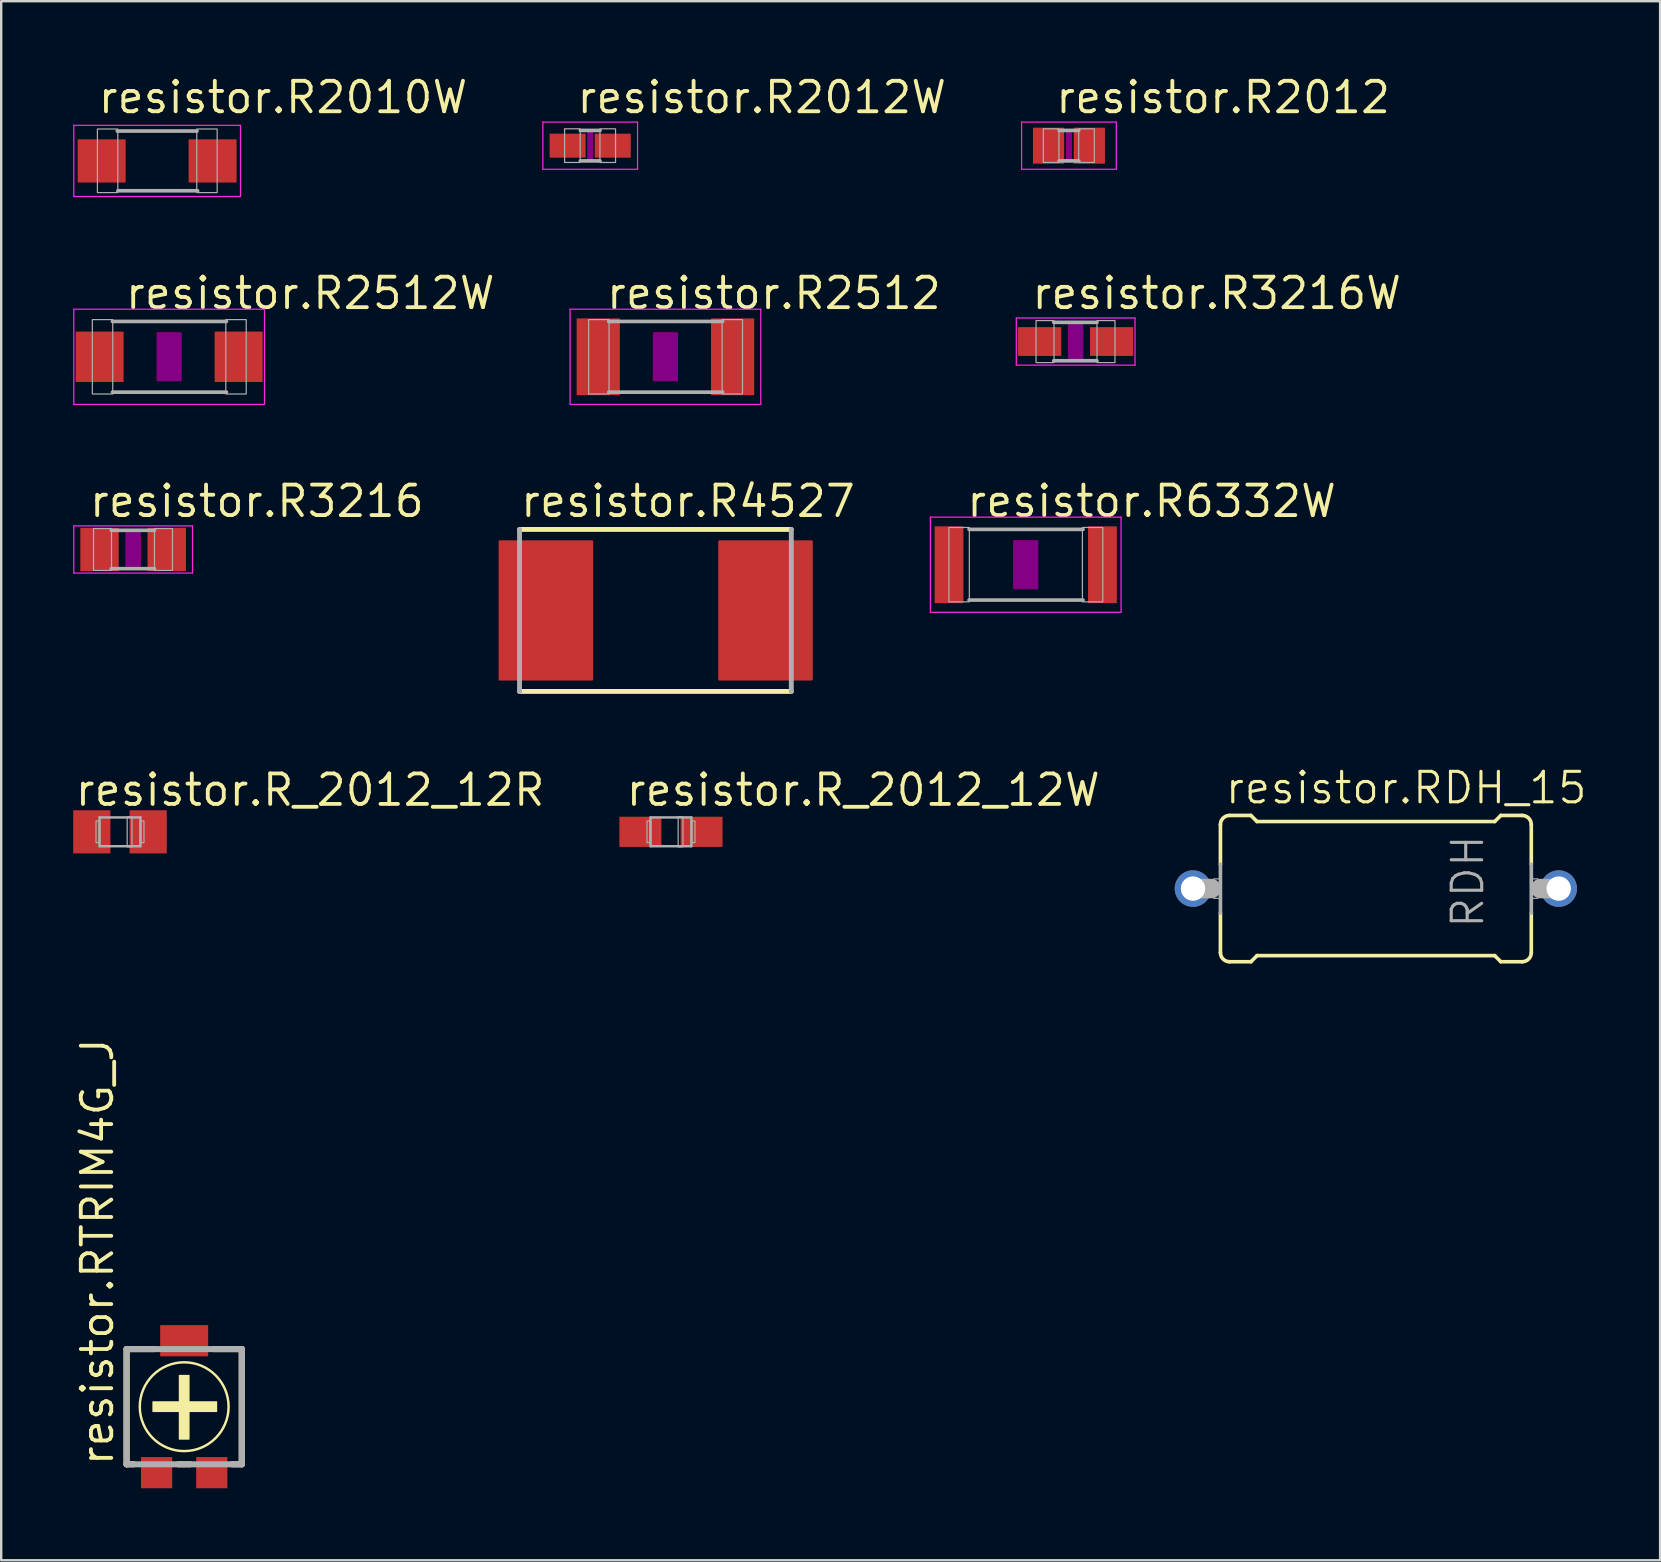
<source format=kicad_pcb>
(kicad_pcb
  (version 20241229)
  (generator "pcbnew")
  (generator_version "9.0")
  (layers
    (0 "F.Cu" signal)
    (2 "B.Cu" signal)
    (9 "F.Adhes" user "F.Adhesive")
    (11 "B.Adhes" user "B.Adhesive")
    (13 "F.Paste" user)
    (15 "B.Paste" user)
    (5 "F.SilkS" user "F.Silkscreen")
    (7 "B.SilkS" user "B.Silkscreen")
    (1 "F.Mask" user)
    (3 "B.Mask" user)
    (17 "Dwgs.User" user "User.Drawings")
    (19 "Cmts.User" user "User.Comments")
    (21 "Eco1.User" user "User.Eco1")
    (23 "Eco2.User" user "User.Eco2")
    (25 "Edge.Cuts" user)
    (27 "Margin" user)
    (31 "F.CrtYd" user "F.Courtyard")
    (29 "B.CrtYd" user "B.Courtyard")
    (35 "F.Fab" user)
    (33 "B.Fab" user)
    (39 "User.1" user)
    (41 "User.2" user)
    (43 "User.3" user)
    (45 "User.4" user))
  (footprint "resistor.RTRIM4G_J"
    (layer "F.Cu")
    (at 4.625 55.568)
    (property "Reference" "resistor.RTRIM4G_J" (at -2.875 2.54 90) (layer "F.SilkS") (effects (font (size 1.27 1.27) (thickness 0.16)) (justify left bottom)))
    (attr smd)
    (fp_line (start -2.4 -2.4) (end -1.25 -2.4) (stroke (width 0.254) (type default)) (layer "F.SilkS"))
    (fp_line (start -2.4 2.4) (end -2.4 -2.4) (stroke (width 0.254) (type default)) (layer "F.SilkS"))
    (fp_line (start -2.1 2.4) (end -2.4 2.4) (stroke (width 0.254) (type default)) (layer "F.SilkS"))
    (fp_line (start -0.25 2.4) (end 0.25 2.4) (stroke (width 0.254) (type default)) (layer "F.SilkS"))
    (fp_line (start 2 2.4) (end 2.4 2.4) (stroke (width 0.254) (type default)) (layer "F.SilkS"))
    (fp_line (start 2.4 -2.4) (end 1.25 -2.4) (stroke (width 0.254) (type default)) (layer "F.SilkS"))
    (fp_line (start 2.4 2.4) (end 2.4 -2.4) (stroke (width 0.254) (type default)) (layer "F.SilkS"))
    (fp_rect (start -1.3 0.2) (end 1.35 -0.2) (stroke (width 0.05) (type default)) (fill yes) (layer "F.SilkS"))
    (fp_rect (start -0.2 1.35) (end 0.2 -1.3) (stroke (width 0.05) (type default)) (fill yes) (layer "F.SilkS"))
    (fp_circle (center 0 0) (end 1.85 0) (stroke (width 0.102) (type default)) (fill no) (layer "F.SilkS"))
    (fp_line (start -2.4 -2.4) (end -2.4 2.4) (stroke (width 0.254) (type default)) (layer "F.Fab"))
    (fp_line (start -2.4 2.4) (end 2.4 2.4) (stroke (width 0.254) (type default)) (layer "F.Fab"))
    (fp_line (start 2.4 -2.4) (end -2.4 -2.4) (stroke (width 0.254) (type default)) (layer "F.Fab"))
    (fp_line (start 2.4 2.4) (end 2.4 -2.4) (stroke (width 0.254) (type default)) (layer "F.Fab"))
    (pad "1" smd roundrect (at -1.15 2.75) (size 1.3 1.3) (layers "F.Cu" "F.Mask" "F.Paste") (roundrect_rratio 0.01))
    (pad "2" smd roundrect (at 0 -2.75) (size 2 1.3) (layers "F.Cu" "F.Mask" "F.Paste") (roundrect_rratio 0.01))
    (pad "3" smd roundrect (at 1.15 2.75) (size 1.3 1.3) (layers "F.Cu" "F.Mask" "F.Paste") (roundrect_rratio 0.01)))
  (footprint "resistor.R3216"
    (layer "F.Cu")
    (at 2.498 19.847)
    (property "Reference" "resistor.R3216" (at -1.905 -1.27 0) (layer "F.SilkS") (effects (font (size 1.27 1.27) (thickness 0.16)) (justify left bottom)))
    (attr smd)
    (fp_rect (start -0.3 0.7) (end 0.3 -0.7) (stroke (width 0.05) (type default)) (fill yes) (layer "F.Adhes"))
    (fp_line (start -2.473 -0.983) (end 2.473 -0.983) (stroke (width 0.051) (type default)) (layer "F.CrtYd"))
    (fp_line (start -2.473 0.983) (end -2.473 -0.983) (stroke (width 0.051) (type default)) (layer "F.CrtYd"))
    (fp_line (start 2.473 -0.983) (end 2.473 0.983) (stroke (width 0.051) (type default)) (layer "F.CrtYd"))
    (fp_line (start 2.473 0.983) (end -2.473 0.983) (stroke (width 0.051) (type default)) (layer "F.CrtYd"))
    (fp_line (start -0.913 -0.8) (end 0.888 -0.8) (stroke (width 0.152) (type default)) (layer "F.Fab"))
    (fp_line (start -0.913 0.8) (end 0.888 0.8) (stroke (width 0.152) (type default)) (layer "F.Fab"))
    (fp_rect (start -1.651 0.876) (end -0.901 -0.874) (stroke (width 0.05) (type default)) (fill no) (layer "F.Fab"))
    (fp_rect (start 0.889 0.876) (end 1.639 -0.874) (stroke (width 0.05) (type default)) (fill no) (layer "F.Fab"))
    (pad "1" smd roundrect (at -1.4 0) (size 1.6 1.8) (layers "F.Cu" "F.Mask" "F.Paste") (roundrect_rratio 0.01))
    (pad "2" smd roundrect (at 1.4 0) (size 1.6 1.8) (layers "F.Cu" "F.Mask" "F.Paste") (roundrect_rratio 0.01)))
  (footprint "resistor.R6332W"
    (layer "F.Cu")
    (at 39.693 20.482)
    (property "Reference" "resistor.R6332W" (at -2.54 -1.905 0) (layer "F.SilkS") (effects (font (size 1.27 1.27) (thickness 0.16)) (justify left bottom)))
    (attr smd)
    (fp_rect (start -0.5 1) (end 0.5 -1) (stroke (width 0.05) (type default)) (fill yes) (layer "F.Adhes"))
    (fp_line (start -3.973 -1.983) (end 3.973 -1.983) (stroke (width 0.051) (type default)) (layer "F.CrtYd"))
    (fp_line (start -3.973 1.983) (end -3.973 -1.983) (stroke (width 0.051) (type default)) (layer "F.CrtYd"))
    (fp_line (start 3.973 -1.983) (end 3.973 1.983) (stroke (width 0.051) (type default)) (layer "F.CrtYd"))
    (fp_line (start 3.973 1.983) (end -3.973 1.983) (stroke (width 0.051) (type default)) (layer "F.CrtYd"))
    (fp_line (start -2.362 -1.473) (end 2.387 -1.473) (stroke (width 0.152) (type default)) (layer "F.Fab"))
    (fp_line (start -2.362 1.473) (end 2.387 1.473) (stroke (width 0.152) (type default)) (layer "F.Fab"))
    (fp_rect (start -3.2 1.549) (end -2.35 -1.551) (stroke (width 0.05) (type default)) (fill no) (layer "F.Fab"))
    (fp_rect (start 2.362 1.549) (end 3.212 -1.551) (stroke (width 0.05) (type default)) (fill no) (layer "F.Fab"))
    (pad "1" smd roundrect (at -3.196 0) (size 1.2 3.2) (layers "F.Cu" "F.Mask" "F.Paste") (roundrect_rratio 0.01))
    (pad "2" smd roundrect (at 3.196 0) (size 1.2 3.2) (layers "F.Cu" "F.Mask" "F.Paste") (roundrect_rratio 0.01)))
  (footprint "resistor.R3216W"
    (layer "F.Cu")
    (at 41.773 11.183)
    (property "Reference" "resistor.R3216W" (at -1.905 -1.27 0) (layer "F.SilkS") (effects (font (size 1.27 1.27) (thickness 0.16)) (justify left bottom)))
    (attr smd)
    (fp_rect (start -0.3 0.7) (end 0.3 -0.7) (stroke (width 0.05) (type default)) (fill yes) (layer "F.Adhes"))
    (fp_line (start -2.473 -0.983) (end 2.473 -0.983) (stroke (width 0.051) (type default)) (layer "F.CrtYd"))
    (fp_line (start -2.473 0.983) (end -2.473 -0.983) (stroke (width 0.051) (type default)) (layer "F.CrtYd"))
    (fp_line (start 2.473 -0.983) (end 2.473 0.983) (stroke (width 0.051) (type default)) (layer "F.CrtYd"))
    (fp_line (start 2.473 0.983) (end -2.473 0.983) (stroke (width 0.051) (type default)) (layer "F.CrtYd"))
    (fp_line (start -0.913 -0.8) (end 0.888 -0.8) (stroke (width 0.152) (type default)) (layer "F.Fab"))
    (fp_line (start -0.913 0.8) (end 0.888 0.8) (stroke (width 0.152) (type default)) (layer "F.Fab"))
    (fp_rect (start -1.651 0.876) (end -0.901 -0.874) (stroke (width 0.05) (type default)) (fill no) (layer "F.Fab"))
    (fp_rect (start 0.889 0.876) (end 1.639 -0.874) (stroke (width 0.05) (type default)) (fill no) (layer "F.Fab"))
    (pad "1" smd roundrect (at -1.499 0) (size 1.8 1.2) (layers "F.Cu" "F.Mask" "F.Paste") (roundrect_rratio 0.01))
    (pad "2" smd roundrect (at 1.499 0) (size 1.8 1.2) (layers "F.Cu" "F.Mask" "F.Paste") (roundrect_rratio 0.01)))
  (footprint "resistor.R2012"
    (layer "F.Cu")
    (at 41.494 3.02)
    (property "Reference" "resistor.R2012" (at -0.635 -1.27 0) (layer "F.SilkS") (effects (font (size 1.27 1.27) (thickness 0.16)) (justify left bottom)))
    (attr smd)
    (fp_rect (start -0.1 0.6) (end 0.1 -0.6) (stroke (width 0.05) (type default)) (fill yes) (layer "F.Adhes"))
    (fp_line (start -1.973 -0.983) (end 1.973 -0.983) (stroke (width 0.051) (type default)) (layer "F.CrtYd"))
    (fp_line (start -1.973 0.983) (end -1.973 -0.983) (stroke (width 0.051) (type default)) (layer "F.CrtYd"))
    (fp_line (start 1.973 -0.983) (end 1.973 0.983) (stroke (width 0.051) (type default)) (layer "F.CrtYd"))
    (fp_line (start 1.973 0.983) (end -1.973 0.983) (stroke (width 0.051) (type default)) (layer "F.CrtYd"))
    (fp_line (start -0.41 -0.635) (end 0.41 -0.635) (stroke (width 0.152) (type default)) (layer "F.Fab"))
    (fp_line (start -0.41 0.635) (end 0.41 0.635) (stroke (width 0.152) (type default)) (layer "F.Fab"))
    (fp_rect (start -1.067 0.699) (end -0.417 -0.702) (stroke (width 0.05) (type default)) (fill no) (layer "F.Fab"))
    (fp_rect (start 0.406 0.699) (end 1.056 -0.702) (stroke (width 0.05) (type default)) (fill no) (layer "F.Fab"))
    (pad "1" smd roundrect (at -0.85 0) (size 1.3 1.5) (layers "F.Cu" "F.Mask" "F.Paste") (roundrect_rratio 0.01))
    (pad "2" smd roundrect (at 0.85 0) (size 1.3 1.5) (layers "F.Cu" "F.Mask" "F.Paste") (roundrect_rratio 0.01)))
  (footprint "resistor.RDH_15"
    (layer "F.Cu")
    (at 54.283 33.978)
    (property "Reference" "resistor.RDH_15" (at -6.35 -3.454 0) (layer "F.SilkS") (effects (font (size 1.27 1.27) (thickness 0.13)) (justify left bottom)))
    (attr through_hole)
    (fp_line (start -6.477 -1.016) (end -6.477 -2.667) (stroke (width 0.152) (type default)) (layer "F.SilkS"))
    (fp_line (start -6.477 2.667) (end -6.477 1.016) (stroke (width 0.152) (type default)) (layer "F.SilkS"))
    (fp_line (start -6.096 -3.048) (end -5.207 -3.048) (stroke (width 0.152) (type default)) (layer "F.SilkS"))
    (fp_line (start -6.096 3.048) (end -5.207 3.048) (stroke (width 0.152) (type default)) (layer "F.SilkS"))
    (fp_line (start -4.953 -2.794) (end -5.207 -3.048) (stroke (width 0.152) (type default)) (layer "F.SilkS"))
    (fp_line (start -4.953 2.794) (end -5.207 3.048) (stroke (width 0.152) (type default)) (layer "F.SilkS"))
    (fp_line (start 4.953 -2.794) (end -4.953 -2.794) (stroke (width 0.152) (type default)) (layer "F.SilkS"))
    (fp_line (start 4.953 -2.794) (end 5.207 -3.048) (stroke (width 0.152) (type default)) (layer "F.SilkS"))
    (fp_line (start 4.953 2.794) (end -4.953 2.794) (stroke (width 0.152) (type default)) (layer "F.SilkS"))
    (fp_line (start 4.953 2.794) (end 5.207 3.048) (stroke (width 0.152) (type default)) (layer "F.SilkS"))
    (fp_line (start 6.096 -3.048) (end 5.207 -3.048) (stroke (width 0.152) (type default)) (layer "F.SilkS"))
    (fp_line (start 6.096 3.048) (end 5.207 3.048) (stroke (width 0.152) (type default)) (layer "F.SilkS"))
    (fp_line (start 6.477 -1.016) (end 6.477 -2.667) (stroke (width 0.152) (type default)) (layer "F.SilkS"))
    (fp_line (start 6.477 2.667) (end 6.477 1.016) (stroke (width 0.152) (type default)) (layer "F.SilkS"))
    (fp_arc (start -6.477 -2.667) (mid -6.365408 -2.936408) (end -6.096 -3.048) (stroke (width 0.1524) (type default)) (layer "F.SilkS"))
    (fp_arc (start -6.096 3.048) (mid -6.365408 2.936408) (end -6.477 2.667) (stroke (width 0.1524) (type default)) (layer "F.SilkS"))
    (fp_arc (start 6.096 -3.048) (mid 6.365408 -2.936408) (end 6.477 -2.667) (stroke (width 0.1524) (type default)) (layer "F.SilkS"))
    (fp_arc (start 6.477 2.667) (mid 6.365408 2.936408) (end 6.096 3.048) (stroke (width 0.1524) (type default)) (layer "F.SilkS"))
    (fp_line (start -7.62 0) (end -6.858 0) (stroke (width 0.813) (type default)) (layer "F.Fab"))
    (fp_line (start -6.477 -1.016) (end -6.477 1.016) (stroke (width 0.152) (type default)) (layer "F.Fab"))
    (fp_line (start 6.477 -1.016) (end 6.477 1.016) (stroke (width 0.152) (type default)) (layer "F.Fab"))
    (fp_line (start 6.858 0) (end 7.62 0) (stroke (width 0.813) (type default)) (layer "F.Fab"))
    (fp_rect (start -6.756 0.406) (end -6.452 -0.406) (stroke (width 0.05) (type default)) (fill no) (layer "F.Fab"))
    (fp_rect (start 6.452 0.406) (end 6.756 -0.406) (stroke (width 0.05) (type default)) (fill no) (layer "F.Fab"))
    (fp_text user "RDH" (at 4.572 1.727 90) (layer "F.Fab") (effects (font (size 1.27 1.27) (thickness 0.13)) (justify left bottom)))
    (pad "1" thru_hole circle (at -7.62 0) (size 1.524 1.524) (drill 1.016) (layers "*.Cu" "*.Mask"))
    (pad "2" thru_hole circle (at 7.62 0) (size 1.524 1.524) (drill 1.016) (layers "*.Cu" "*.Mask")))
  (footprint "resistor.R_2012_12W"
    (layer "F.Cu")
    (at 24.91 31.613)
    (property "Reference" "resistor.R_2012_12W" (at -1.95 -1 0) (layer "F.SilkS") (effects (font (size 1.27 1.27) (thickness 0.16)) (justify left bottom)))
    (attr smd)
    (fp_line (start -0.85 -0.6) (end 0.85 -0.6) (stroke (width 0.102) (type default)) (layer "F.Fab"))
    (fp_line (start -0.85 0.6) (end -0.85 -0.6) (stroke (width 0.102) (type default)) (layer "F.Fab"))
    (fp_line (start 0.85 -0.6) (end 0.85 0.6) (stroke (width 0.102) (type default)) (layer "F.Fab"))
    (fp_line (start 0.85 0.6) (end -0.85 0.6) (stroke (width 0.102) (type default)) (layer "F.Fab"))
    (fp_rect (start -1 0.45) (end -0.875 -0.45) (stroke (width 0.05) (type default)) (fill no) (layer "F.Fab"))
    (fp_rect (start 0.3 0.625) (end 0.5 -0.625) (stroke (width 0.05) (type default)) (fill no) (layer "F.Fab"))
    (fp_rect (start 0.875 0.45) (end 1 -0.45) (stroke (width 0.05) (type default)) (fill no) (layer "F.Fab"))
    (pad "+" smd roundrect (at 1.275 0) (size 1.75 1.26) (layers "F.Cu" "F.Mask" "F.Paste") (roundrect_rratio 0.01))
    (pad "-" smd roundrect (at -1.275 0) (size 1.75 1.26) (layers "F.Cu" "F.Mask" "F.Paste") (roundrect_rratio 0.01)))
  (footprint "resistor.R2512"
    (layer "F.Cu")
    (at 24.679 11.818)
    (property "Reference" "resistor.R2512" (at -2.54 -1.905 0) (layer "F.SilkS") (effects (font (size 1.27 1.27) (thickness 0.16)) (justify left bottom)))
    (attr smd)
    (fp_rect (start -0.5 1) (end 0.5 -1) (stroke (width 0.05) (type default)) (fill yes) (layer "F.Adhes"))
    (fp_line (start -3.973 -1.983) (end 3.973 -1.983) (stroke (width 0.051) (type default)) (layer "F.CrtYd"))
    (fp_line (start -3.973 1.983) (end -3.973 -1.983) (stroke (width 0.051) (type default)) (layer "F.CrtYd"))
    (fp_line (start 3.973 -1.983) (end 3.973 1.983) (stroke (width 0.051) (type default)) (layer "F.CrtYd"))
    (fp_line (start 3.973 1.983) (end -3.973 1.983) (stroke (width 0.051) (type default)) (layer "F.CrtYd"))
    (fp_line (start -2.362 -1.473) (end 2.387 -1.473) (stroke (width 0.152) (type default)) (layer "F.Fab"))
    (fp_line (start -2.362 1.473) (end 2.387 1.473) (stroke (width 0.152) (type default)) (layer "F.Fab"))
    (fp_rect (start -3.2 1.549) (end -2.35 -1.551) (stroke (width 0.05) (type default)) (fill no) (layer "F.Fab"))
    (fp_rect (start 2.362 1.549) (end 3.212 -1.551) (stroke (width 0.05) (type default)) (fill no) (layer "F.Fab"))
    (pad "1" smd roundrect (at -2.8 0) (size 1.8 3.2) (layers "F.Cu" "F.Mask" "F.Paste") (roundrect_rratio 0.01))
    (pad "2" smd roundrect (at 2.8 0) (size 1.8 3.2) (layers "F.Cu" "F.Mask" "F.Paste") (roundrect_rratio 0.01)))
  (footprint "resistor.R2012W"
    (layer "F.Cu")
    (at 21.544 3.02)
    (property "Reference" "resistor.R2012W" (at -0.635 -1.27 0) (layer "F.SilkS") (effects (font (size 1.27 1.27) (thickness 0.16)) (justify left bottom)))
    (attr smd)
    (fp_rect (start -0.1 0.6) (end 0.1 -0.6) (stroke (width 0.05) (type default)) (fill yes) (layer "F.Adhes"))
    (fp_line (start -1.973 -0.983) (end 1.973 -0.983) (stroke (width 0.051) (type default)) (layer "F.CrtYd"))
    (fp_line (start -1.973 0.983) (end -1.973 -0.983) (stroke (width 0.051) (type default)) (layer "F.CrtYd"))
    (fp_line (start 1.973 -0.983) (end 1.973 0.983) (stroke (width 0.051) (type default)) (layer "F.CrtYd"))
    (fp_line (start 1.973 0.983) (end -1.973 0.983) (stroke (width 0.051) (type default)) (layer "F.CrtYd"))
    (fp_line (start -0.41 -0.635) (end 0.41 -0.635) (stroke (width 0.152) (type default)) (layer "F.Fab"))
    (fp_line (start -0.41 0.635) (end 0.41 0.635) (stroke (width 0.152) (type default)) (layer "F.Fab"))
    (fp_rect (start -1.067 0.699) (end -0.417 -0.702) (stroke (width 0.05) (type default)) (fill no) (layer "F.Fab"))
    (fp_rect (start 0.406 0.699) (end 1.056 -0.702) (stroke (width 0.05) (type default)) (fill no) (layer "F.Fab"))
    (pad "1" smd roundrect (at -0.94 0) (size 1.5 1) (layers "F.Cu" "F.Mask" "F.Paste") (roundrect_rratio 0.01))
    (pad "2" smd roundrect (at 0.94 0) (size 1.5 1) (layers "F.Cu" "F.Mask" "F.Paste") (roundrect_rratio 0.01)))
  (footprint "resistor.R2512W"
    (layer "F.Cu")
    (at 3.998 11.818)
    (property "Reference" "resistor.R2512W" (at -1.905 -1.905 0) (layer "F.SilkS") (effects (font (size 1.27 1.27) (thickness 0.16)) (justify left bottom)))
    (attr smd)
    (fp_rect (start -0.5 1) (end 0.5 -1) (stroke (width 0.05) (type default)) (fill yes) (layer "F.Adhes"))
    (fp_line (start -3.973 -1.983) (end 3.973 -1.983) (stroke (width 0.051) (type default)) (layer "F.CrtYd"))
    (fp_line (start -3.973 1.983) (end -3.973 -1.983) (stroke (width 0.051) (type default)) (layer "F.CrtYd"))
    (fp_line (start 3.973 -1.983) (end 3.973 1.983) (stroke (width 0.051) (type default)) (layer "F.CrtYd"))
    (fp_line (start 3.973 1.983) (end -3.973 1.983) (stroke (width 0.051) (type default)) (layer "F.CrtYd"))
    (fp_line (start -2.362 -1.473) (end 2.387 -1.473) (stroke (width 0.152) (type default)) (layer "F.Fab"))
    (fp_line (start -2.362 1.473) (end 2.387 1.473) (stroke (width 0.152) (type default)) (layer "F.Fab"))
    (fp_rect (start -3.2 1.549) (end -2.35 -1.551) (stroke (width 0.05) (type default)) (fill no) (layer "F.Fab"))
    (fp_rect (start 2.362 1.549) (end 3.212 -1.551) (stroke (width 0.05) (type default)) (fill no) (layer "F.Fab"))
    (pad "1" smd roundrect (at -2.896 0) (size 2 2.1) (layers "F.Cu" "F.Mask" "F.Paste") (roundrect_rratio 0.01))
    (pad "2" smd roundrect (at 2.896 0) (size 2 2.1) (layers "F.Cu" "F.Mask" "F.Paste") (roundrect_rratio 0.01)))
  (footprint "resistor.R2010W"
    (layer "F.Cu")
    (at 3.498 3.655)
    (property "Reference" "resistor.R2010W" (at -2.54 -1.905 0) (layer "F.SilkS") (effects (font (size 1.27 1.27) (thickness 0.16)) (justify left bottom)))
    (attr smd)
    (fp_line (start -3.473 -1.483) (end 3.473 -1.483) (stroke (width 0.051) (type default)) (layer "F.CrtYd"))
    (fp_line (start -3.473 1.483) (end -3.473 -1.483) (stroke (width 0.051) (type default)) (layer "F.CrtYd"))
    (fp_line (start 3.473 -1.483) (end 3.473 1.483) (stroke (width 0.051) (type default)) (layer "F.CrtYd"))
    (fp_line (start 3.473 1.483) (end -3.473 1.483) (stroke (width 0.051) (type default)) (layer "F.CrtYd"))
    (fp_line (start -1.662 -1.245) (end 1.662 -1.245) (stroke (width 0.152) (type default)) (layer "F.Fab"))
    (fp_line (start -1.637 1.245) (end 1.687 1.245) (stroke (width 0.152) (type default)) (layer "F.Fab"))
    (fp_rect (start -2.489 1.321) (end -1.639 -1.329) (stroke (width 0.05) (type default)) (fill no) (layer "F.Fab"))
    (fp_rect (start 1.651 1.321) (end 2.501 -1.329) (stroke (width 0.05) (type default)) (fill no) (layer "F.Fab"))
    (pad "1" smd roundrect (at -2.311 0) (size 2 1.8) (layers "F.Cu" "F.Mask" "F.Paste") (roundrect_rratio 0.01))
    (pad "2" smd roundrect (at 2.311 0) (size 2 1.8) (layers "F.Cu" "F.Mask" "F.Paste") (roundrect_rratio 0.01)))
  (footprint "resistor.R4527"
    (layer "F.Cu")
    (at 24.274 22.387)
    (property "Reference" "resistor.R4527" (at -5.715 -3.81 0) (layer "F.SilkS") (effects (font (size 1.27 1.27) (thickness 0.16)) (justify left bottom)))
    (attr smd)
    (fp_line (start -5.675 3.375) (end 5.65 3.375) (stroke (width 0.203) (type default)) (layer "F.SilkS"))
    (fp_line (start 5.65 -3.375) (end -5.675 -3.375) (stroke (width 0.203) (type default)) (layer "F.SilkS"))
    (fp_line (start -5.675 -3.375) (end -5.675 3.375) (stroke (width 0.203) (type default)) (layer "F.Fab"))
    (fp_line (start 5.65 3.375) (end 5.65 -3.375) (stroke (width 0.203) (type default)) (layer "F.Fab"))
    (pad "1" smd roundrect (at -4.575 0) (size 3.94 5.84) (layers "F.Cu" "F.Mask" "F.Paste") (roundrect_rratio 0.01))
    (pad "2" smd roundrect (at 4.575 0) (size 3.94 5.84) (layers "F.Cu" "F.Mask" "F.Paste") (roundrect_rratio 0.01)))
  (footprint "resistor.R_2012_12R"
    (layer "F.Cu")
    (at 1.95 31.613)
    (property "Reference" "resistor.R_2012_12R" (at -1.95 -1 0) (layer "F.SilkS") (effects (font (size 1.27 1.27) (thickness 0.16)) (justify left bottom)))
    (attr smd)
    (fp_line (start -0.85 -0.6) (end 0.85 -0.6) (stroke (width 0.102) (type default)) (layer "F.Fab"))
    (fp_line (start -0.85 0.6) (end -0.85 -0.6) (stroke (width 0.102) (type default)) (layer "F.Fab"))
    (fp_line (start 0.85 -0.6) (end 0.85 0.6) (stroke (width 0.102) (type default)) (layer "F.Fab"))
    (fp_line (start 0.85 0.6) (end -0.85 0.6) (stroke (width 0.102) (type default)) (layer "F.Fab"))
    (fp_rect (start -1 0.45) (end -0.875 -0.45) (stroke (width 0.05) (type default)) (fill no) (layer "F.Fab"))
    (fp_rect (start 0.3 0.625) (end 0.5 -0.625) (stroke (width 0.05) (type default)) (fill no) (layer "F.Fab"))
    (fp_rect (start 0.875 0.45) (end 1 -0.45) (stroke (width 0.05) (type default)) (fill no) (layer "F.Fab"))
    (pad "+" smd roundrect (at 1.175 0) (size 1.55 1.8) (layers "F.Cu" "F.Mask" "F.Paste") (roundrect_rratio 0.01))
    (pad "-" smd roundrect (at -1.175 0) (size 1.55 1.8) (layers "F.Cu" "F.Mask" "F.Paste") (roundrect_rratio 0.01)))
  (gr_rect
    (start -3 -3)
    (end 66.128 61.968)
    (stroke (width 0.1) (type default))
    (fill no)
    (layer "Edge.Cuts")))
</source>
